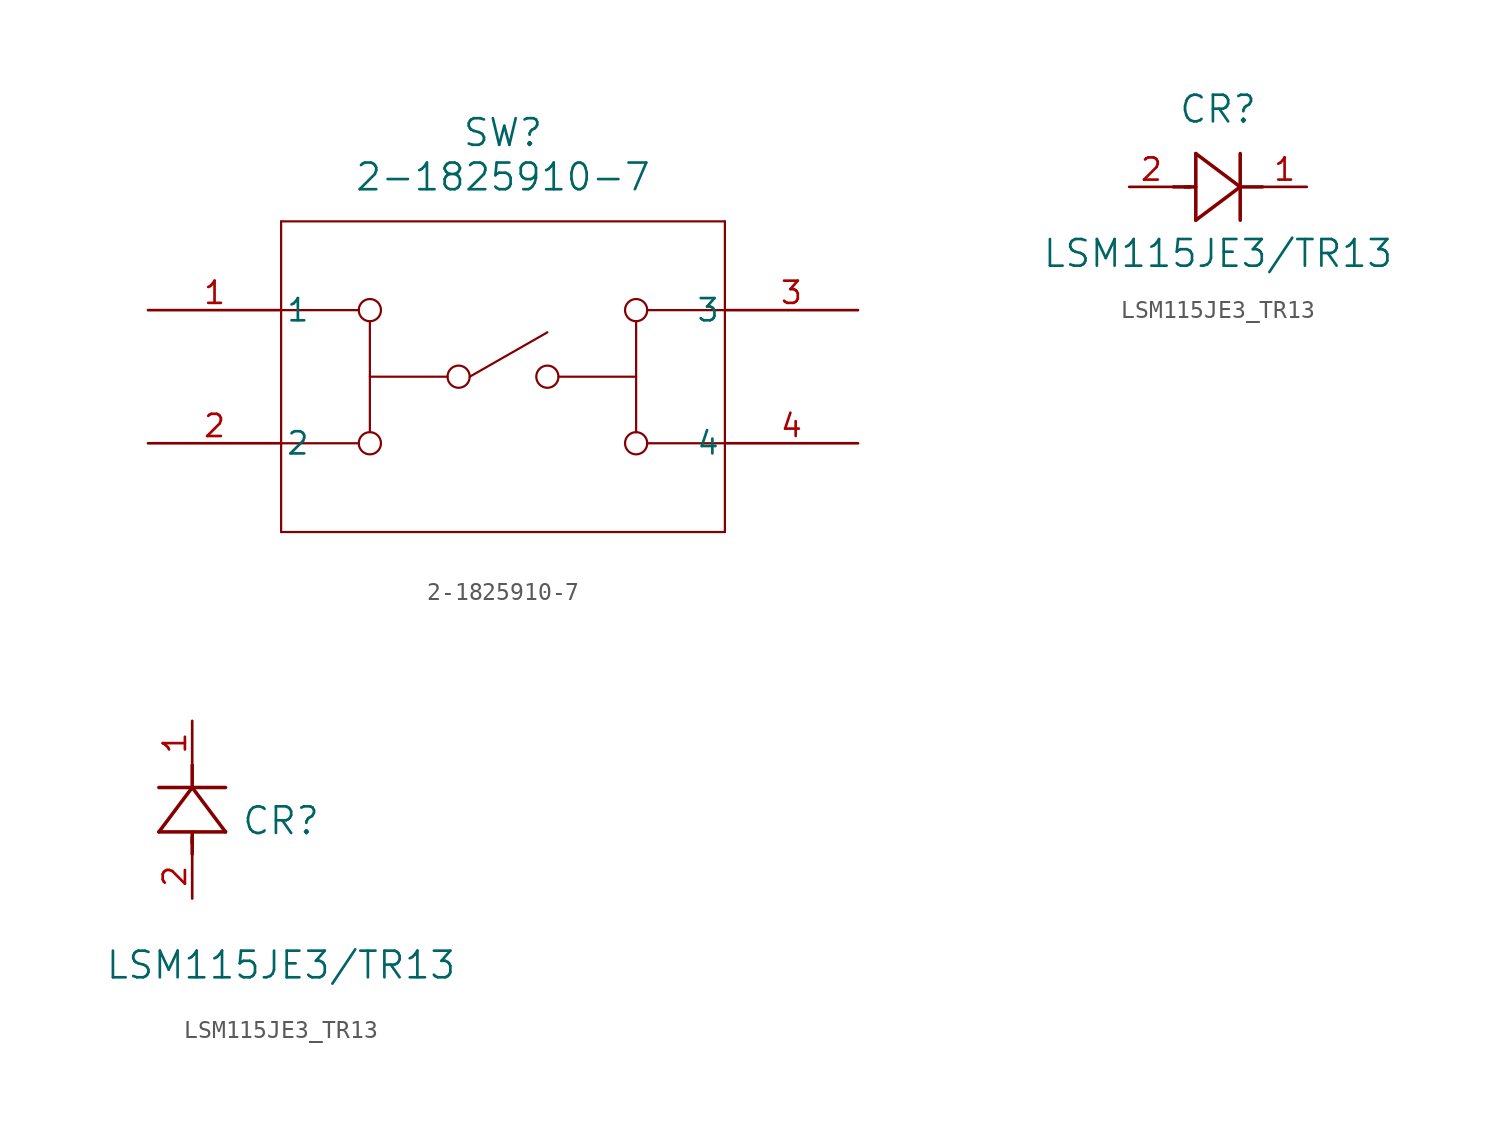
<source format=kicad_sym>
(kicad_symbol_lib
  (version 20231120)
  (generator "kicad_symbol_editor")
  (generator_version "8.0")
  (symbol "2-1825910-7"
    (pin_names
      (offset 0.254))
    (property "Reference" "SW"
      (at 20.32 10.16 0)
      (effects (font (size 1.524 1.524))))
    (property "Value" "2-1825910-7"
      (at 20.32 7.62 0)
      (effects (font (size 1.524 1.524))))
    (property "ki_locked" ""
      (at 0 0 0)
      (effects (font (size 1.27 1.27))))
    (symbol "2-1825910-7_0_1"
      (polyline (pts (xy 7.62 -12.7) (xy 33.02 -12.7)) (stroke (width 0.127) (type default)) (fill (type none)))
      (polyline (pts (xy 7.62 -7.62) (xy 12.065 -7.62)) (stroke (width 0.127) (type default)) (fill (type none)))
      (polyline (pts (xy 7.62 0) (xy 12.065 0)) (stroke (width 0.127) (type default)) (fill (type none)))
      (polyline (pts (xy 7.62 5.08) (xy 7.62 -12.7)) (stroke (width 0.127) (type default)) (fill (type none)))
      (polyline (pts (xy 12.7 -3.81) (xy 17.145 -3.81)) (stroke (width 0.127) (type default)) (fill (type none)))
      (polyline (pts (xy 12.7 -0.635) (xy 12.7 -6.985)) (stroke (width 0.127) (type default)) (fill (type none)))
      (polyline (pts (xy 18.415 -3.81) (xy 22.86 -1.27)) (stroke (width 0.127) (type default)) (fill (type none)))
      (polyline (pts (xy 27.94 -3.81) (xy 23.495 -3.81)) (stroke (width 0.127) (type default)) (fill (type none)))
      (polyline (pts (xy 27.94 -0.635) (xy 27.94 -6.985)) (stroke (width 0.127) (type default)) (fill (type none)))
      (polyline (pts (xy 33.02 -12.7) (xy 33.02 5.08)) (stroke (width 0.127) (type default)) (fill (type none)))
      (polyline (pts (xy 33.02 -7.62) (xy 28.575 -7.62)) (stroke (width 0.127) (type default)) (fill (type none)))
      (polyline (pts (xy 33.02 0) (xy 28.575 0)) (stroke (width 0.127) (type default)) (fill (type none)))
      (polyline (pts (xy 33.02 5.08) (xy 7.62 5.08)) (stroke (width 0.127) (type default)) (fill (type none)))
      (circle (center 12.7 -7.62) (radius 0.635) (stroke (width 0.127) (type default)) (fill (type none)))
      (circle (center 12.7 0) (radius 0.635) (stroke (width 0.127) (type default)) (fill (type none)))
      (circle (center 17.78 -3.81) (radius 0.635) (stroke (width 0.127) (type default)) (fill (type none)))
      (circle (center 22.86 -3.81) (radius 0.635) (stroke (width 0.127) (type default)) (fill (type none)))
      (circle (center 27.94 -7.62) (radius 0.635) (stroke (width 0.127) (type default)) (fill (type none)))
      (circle (center 27.94 0) (radius 0.635) (stroke (width 0.127) (type default)) (fill (type none)))
      (pin unspecified line (at 0 0 0) (length 7.62) (name "1" (effects (font (size 1.27 1.27)))) (number "1" (effects (font (size 1.27 1.27)))))
      (pin unspecified line (at 0 -7.62 0) (length 7.62) (name "2" (effects (font (size 1.27 1.27)))) (number "2" (effects (font (size 1.27 1.27)))))
      (pin unspecified line (at 40.64 0 180) (length 7.62) (name "3" (effects (font (size 1.27 1.27)))) (number "3" (effects (font (size 1.27 1.27)))))
      (pin unspecified line (at 40.64 -7.62 180) (length 7.62) (name "4" (effects (font (size 1.27 1.27)))) (number "4" (effects (font (size 1.27 1.27)))))))
  (symbol "LSM115JE3_TR13"
    (pin_names
      (offset 0.254))
    (property "Reference" "CR"
      (at 5.08 4.445 0)
      (effects (font (size 1.524 1.524))))
    (property "Value" "LSM115JE3/TR13"
      (at 5.08 -3.81 0)
      (effects (font (size 1.524 1.524))))
    (property "ki_locked" ""
      (at 0 0 0)
      (effects (font (size 1.27 1.27))))
    (symbol "LSM115JE3_TR13_1_1"
      (polyline (pts (xy 2.54 0) (xy 3.48 0)) (stroke (width 0.203) (type default)) (fill (type none)))
      (polyline (pts (xy 3.175 0) (xy 3.81 0)) (stroke (width 0.203) (type default)) (fill (type none)))
      (polyline (pts (xy 3.81 -1.905) (xy 6.35 0)) (stroke (width 0.203) (type default)) (fill (type none)))
      (polyline (pts (xy 3.81 1.905) (xy 3.81 -1.905)) (stroke (width 0.203) (type default)) (fill (type none)))
      (polyline (pts (xy 6.35 -1.905) (xy 6.35 1.905)) (stroke (width 0.203) (type default)) (fill (type none)))
      (polyline (pts (xy 6.35 0) (xy 3.81 1.905)) (stroke (width 0.203) (type default)) (fill (type none)))
      (polyline (pts (xy 6.35 0) (xy 7.62 0)) (stroke (width 0.203) (type default)) (fill (type none)))
      (pin unspecified line (at 10.16 0 180) (length 2.54) (name "" (effects (font (size 1.27 1.27)))) (number "1" (effects (font (size 1.27 1.27)))))
      (pin unspecified line (at 0 0 0) (length 2.54) (name "" (effects (font (size 1.27 1.27)))) (number "2" (effects (font (size 1.27 1.27))))))
    (symbol "LSM115JE3_TR13_1_2"
      (polyline (pts (xy -1.905 3.81) (xy 1.905 3.81)) (stroke (width 0.203) (type default)) (fill (type none)))
      (polyline (pts (xy 0 2.54) (xy 0 3.48)) (stroke (width 0.203) (type default)) (fill (type none)))
      (polyline (pts (xy 0 3.175) (xy 0 3.81)) (stroke (width 0.203) (type default)) (fill (type none)))
      (polyline (pts (xy 0 6.35) (xy -1.905 3.81)) (stroke (width 0.203) (type default)) (fill (type none)))
      (polyline (pts (xy 0 6.35) (xy 0 7.62)) (stroke (width 0.203) (type default)) (fill (type none)))
      (polyline (pts (xy 1.905 3.81) (xy 0 6.35)) (stroke (width 0.203) (type default)) (fill (type none)))
      (polyline (pts (xy 1.905 6.35) (xy -1.905 6.35)) (stroke (width 0.203) (type default)) (fill (type none)))
      (pin unspecified line (at 0 10.16 270) (length 2.54) (name "" (effects (font (size 1.27 1.27)))) (number "1" (effects (font (size 1.27 1.27)))))
      (pin unspecified line (at 0 0 90) (length 2.54) (name "" (effects (font (size 1.27 1.27)))) (number "2" (effects (font (size 1.27 1.27))))))))
</source>
